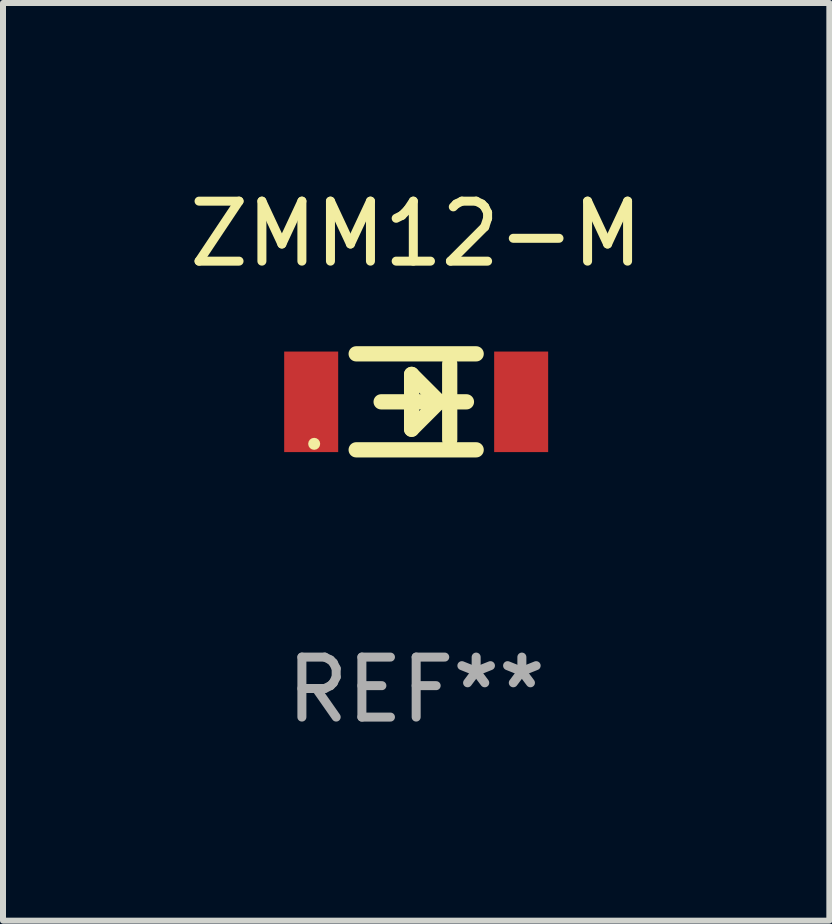
<source format=kicad_pcb>
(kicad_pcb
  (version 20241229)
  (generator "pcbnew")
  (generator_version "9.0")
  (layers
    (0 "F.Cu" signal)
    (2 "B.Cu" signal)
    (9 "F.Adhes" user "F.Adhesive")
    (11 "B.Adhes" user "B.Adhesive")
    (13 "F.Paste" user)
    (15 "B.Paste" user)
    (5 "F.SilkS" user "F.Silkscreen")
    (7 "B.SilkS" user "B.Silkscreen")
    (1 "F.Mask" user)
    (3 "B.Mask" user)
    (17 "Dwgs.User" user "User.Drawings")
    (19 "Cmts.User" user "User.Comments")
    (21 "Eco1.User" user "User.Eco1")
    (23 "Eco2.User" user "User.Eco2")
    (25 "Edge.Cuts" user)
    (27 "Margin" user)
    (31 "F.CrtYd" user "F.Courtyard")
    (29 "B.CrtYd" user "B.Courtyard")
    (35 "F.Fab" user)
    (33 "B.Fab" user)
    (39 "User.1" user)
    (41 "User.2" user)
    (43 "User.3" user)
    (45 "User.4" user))
  (footprint "ZMM12-M"
    (layer "F.Cu")
    (at 3.887 3.648)
    (property "Reference" "ZMM12-M" (at 0 -2.8 0) (layer "F.SilkS") (effects (font (size 1 1) (thickness 0.15))))
    (attr through_hole)
    (fp_line (start -1 -0.8) (end 1 -0.8) (stroke (width 0.254) (type solid)) (layer "F.SilkS"))
    (fp_line (start -1 0.8) (end 1 0.8) (stroke (width 0.254) (type solid)) (layer "F.SilkS"))
    (fp_line (start -0.584 0) (end 0.838 0) (stroke (width 0.254) (type solid)) (layer "F.SilkS"))
    (fp_line (start -0.076 -0.457) (end -0.076 0.457) (stroke (width 0.254) (type solid)) (layer "F.SilkS"))
    (fp_line (start -0.076 0.457) (end 0.381 0) (stroke (width 0.254) (type solid)) (layer "F.SilkS"))
    (fp_line (start 0.381 0) (end -0.076 -0.457) (stroke (width 0.254) (type solid)) (layer "F.SilkS"))
    (fp_line (start 0.559 -0.635) (end 0.559 0.635) (stroke (width 0.254) (type solid)) (layer "F.SilkS"))
    (fp_circle (center -1.7 0.7) (end -1.65 0.7) (stroke (width 0.1) (type solid)) (fill no) (layer "F.SilkS"))
    (fp_text user "REF**" (at 0 4.8 0) (layer "F.Fab") (effects (font (size 1 1) (thickness 0.15))))
    (pad "1" smd rect (at -1.75 0 180) (size 0.9 1.676) (layers "F.Cu" "F.Mask" "F.Paste"))
    (pad "2" smd rect (at 1.75 0 180) (size 0.9 1.676) (layers "F.Cu" "F.Mask" "F.Paste")))
  (gr_rect
    (start -3 -3)
    (end 10.774 12.296)
    (stroke (width 0.1) (type default))
    (fill no)
    (layer "Edge.Cuts")))
</source>
